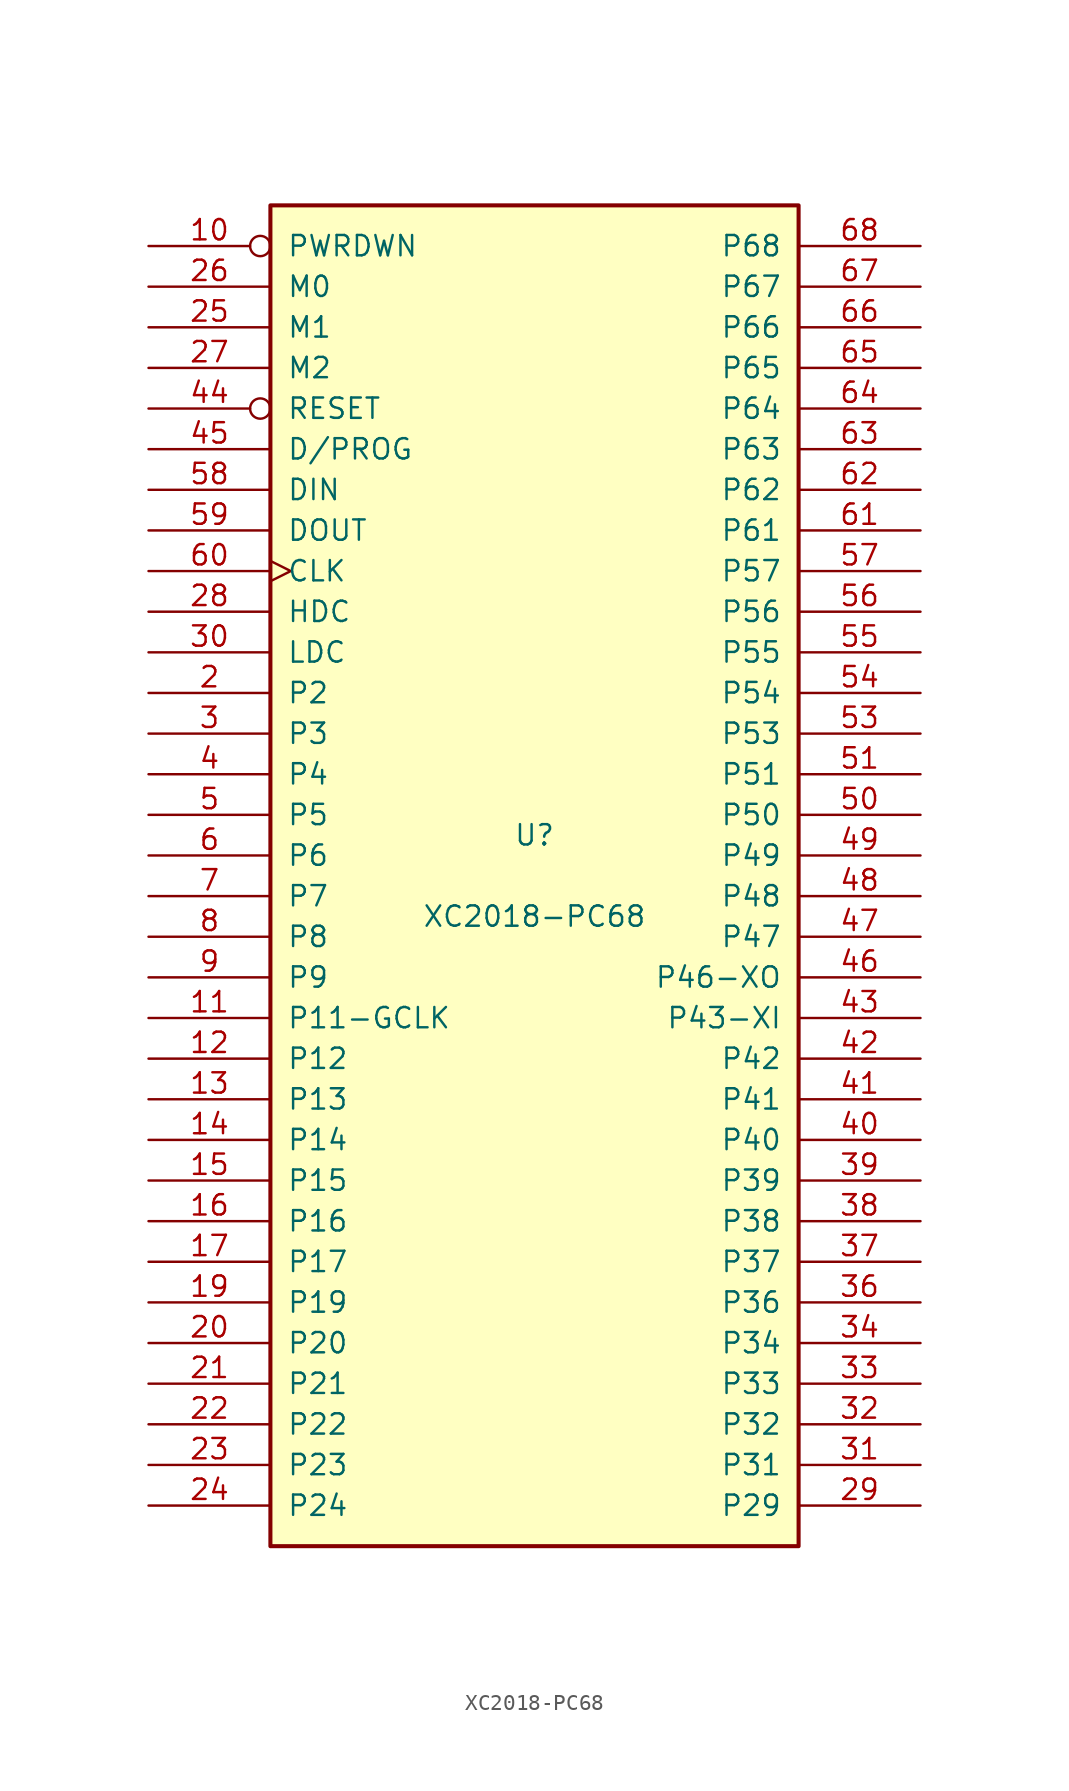
<source format=kicad_sym>
(kicad_symbol_lib
  (version 20201005)
  (generator kicad_symbol_editor)
  (symbol "XC2018-PC68"
    (pin_names
      (offset 1.016))
    (property "Reference" "U"
      (at 0 2.54 0)
      (effects (font (size 1.27 1.27))))
    (property "Value" "XC2018-PC68"
      (at 0 -2.54 0)
      (effects (font (size 1.27 1.27))))
    (symbol "XC2018-PC68_0_1"
      (rectangle (start -16.51 -41.91) (end 16.51 41.91) (stroke (width 0.254)) (fill (type background))))
    (symbol "XC2018-PC68_1_1"
      (pin power_in line (at -3.81 -41.91 90) (length 0) hide (name "GND" (effects (font (size 1.27 1.27)))) (number "1" (effects (font (size 1.27 1.27)))))
      (pin input inverted (at -24.13 39.37 0) (length 7.62) (name "PWRDWN" (effects (font (size 1.27 1.27)))) (number "10" (effects (font (size 1.27 1.27)))))
      (pin passive line (at -24.13 -8.89 0) (length 7.62) (name "P11-GCLK" (effects (font (size 1.27 1.27)))) (number "11" (effects (font (size 1.27 1.27)))))
      (pin passive line (at -24.13 -11.43 0) (length 7.62) (name "P12" (effects (font (size 1.27 1.27)))) (number "12" (effects (font (size 1.27 1.27)))))
      (pin passive line (at -24.13 -13.97 0) (length 7.62) (name "P13" (effects (font (size 1.27 1.27)))) (number "13" (effects (font (size 1.27 1.27)))))
      (pin passive line (at -24.13 -16.51 0) (length 7.62) (name "P14" (effects (font (size 1.27 1.27)))) (number "14" (effects (font (size 1.27 1.27)))))
      (pin passive line (at -24.13 -19.05 0) (length 7.62) (name "P15" (effects (font (size 1.27 1.27)))) (number "15" (effects (font (size 1.27 1.27)))))
      (pin passive line (at -24.13 -21.59 0) (length 7.62) (name "P16" (effects (font (size 1.27 1.27)))) (number "16" (effects (font (size 1.27 1.27)))))
      (pin passive line (at -24.13 -24.13 0) (length 7.62) (name "P17" (effects (font (size 1.27 1.27)))) (number "17" (effects (font (size 1.27 1.27)))))
      (pin power_in line (at 1.27 41.91 270) (length 0) hide (name "VCC" (effects (font (size 1.27 1.27)))) (number "18" (effects (font (size 1.27 1.27)))))
      (pin passive line (at -24.13 -26.67 0) (length 7.62) (name "P19" (effects (font (size 1.27 1.27)))) (number "19" (effects (font (size 1.27 1.27)))))
      (pin passive line (at -24.13 11.43 0) (length 7.62) (name "P2" (effects (font (size 1.27 1.27)))) (number "2" (effects (font (size 1.27 1.27)))))
      (pin passive line (at -24.13 -29.21 0) (length 7.62) (name "P20" (effects (font (size 1.27 1.27)))) (number "20" (effects (font (size 1.27 1.27)))))
      (pin passive line (at -24.13 -31.75 0) (length 7.62) (name "P21" (effects (font (size 1.27 1.27)))) (number "21" (effects (font (size 1.27 1.27)))))
      (pin passive line (at -24.13 -34.29 0) (length 7.62) (name "P22" (effects (font (size 1.27 1.27)))) (number "22" (effects (font (size 1.27 1.27)))))
      (pin passive line (at -24.13 -36.83 0) (length 7.62) (name "P23" (effects (font (size 1.27 1.27)))) (number "23" (effects (font (size 1.27 1.27)))))
      (pin passive line (at -24.13 -39.37 0) (length 7.62) (name "P24" (effects (font (size 1.27 1.27)))) (number "24" (effects (font (size 1.27 1.27)))))
      (pin input line (at -24.13 34.29 0) (length 7.62) (name "M1" (effects (font (size 1.27 1.27)))) (number "25" (effects (font (size 1.27 1.27)))))
      (pin input line (at -24.13 36.83 0) (length 7.62) (name "M0" (effects (font (size 1.27 1.27)))) (number "26" (effects (font (size 1.27 1.27)))))
      (pin bidirectional line (at -24.13 31.75 0) (length 7.62) (name "M2" (effects (font (size 1.27 1.27)))) (number "27" (effects (font (size 1.27 1.27)))))
      (pin output line (at -24.13 16.51 0) (length 7.62) (name "HDC" (effects (font (size 1.27 1.27)))) (number "28" (effects (font (size 1.27 1.27)))))
      (pin passive line (at 24.13 -39.37 180) (length 7.62) (name "P29" (effects (font (size 1.27 1.27)))) (number "29" (effects (font (size 1.27 1.27)))))
      (pin passive line (at -24.13 8.89 0) (length 7.62) (name "P3" (effects (font (size 1.27 1.27)))) (number "3" (effects (font (size 1.27 1.27)))))
      (pin output line (at -24.13 13.97 0) (length 7.62) (name "LDC" (effects (font (size 1.27 1.27)))) (number "30" (effects (font (size 1.27 1.27)))))
      (pin passive line (at 24.13 -36.83 180) (length 7.62) (name "P31" (effects (font (size 1.27 1.27)))) (number "31" (effects (font (size 1.27 1.27)))))
      (pin passive line (at 24.13 -34.29 180) (length 7.62) (name "P32" (effects (font (size 1.27 1.27)))) (number "32" (effects (font (size 1.27 1.27)))))
      (pin passive line (at 24.13 -31.75 180) (length 7.62) (name "P33" (effects (font (size 1.27 1.27)))) (number "33" (effects (font (size 1.27 1.27)))))
      (pin passive line (at 24.13 -29.21 180) (length 7.62) (name "P34" (effects (font (size 1.27 1.27)))) (number "34" (effects (font (size 1.27 1.27)))))
      (pin power_in line (at -1.27 -41.91 90) (length 0) hide (name "GND" (effects (font (size 1.27 1.27)))) (number "35" (effects (font (size 1.27 1.27)))))
      (pin passive line (at 24.13 -26.67 180) (length 7.62) (name "P36" (effects (font (size 1.27 1.27)))) (number "36" (effects (font (size 1.27 1.27)))))
      (pin passive line (at 24.13 -24.13 180) (length 7.62) (name "P37" (effects (font (size 1.27 1.27)))) (number "37" (effects (font (size 1.27 1.27)))))
      (pin passive line (at 24.13 -21.59 180) (length 7.62) (name "P38" (effects (font (size 1.27 1.27)))) (number "38" (effects (font (size 1.27 1.27)))))
      (pin passive line (at 24.13 -19.05 180) (length 7.62) (name "P39" (effects (font (size 1.27 1.27)))) (number "39" (effects (font (size 1.27 1.27)))))
      (pin passive line (at -24.13 6.35 0) (length 7.62) (name "P4" (effects (font (size 1.27 1.27)))) (number "4" (effects (font (size 1.27 1.27)))))
      (pin passive line (at 24.13 -16.51 180) (length 7.62) (name "P40" (effects (font (size 1.27 1.27)))) (number "40" (effects (font (size 1.27 1.27)))))
      (pin passive line (at 24.13 -13.97 180) (length 7.62) (name "P41" (effects (font (size 1.27 1.27)))) (number "41" (effects (font (size 1.27 1.27)))))
      (pin passive line (at 24.13 -11.43 180) (length 7.62) (name "P42" (effects (font (size 1.27 1.27)))) (number "42" (effects (font (size 1.27 1.27)))))
      (pin passive line (at 24.13 -8.89 180) (length 7.62) (name "P43-XI" (effects (font (size 1.27 1.27)))) (number "43" (effects (font (size 1.27 1.27)))))
      (pin input inverted (at -24.13 29.21 0) (length 7.62) (name "RESET" (effects (font (size 1.27 1.27)))) (number "44" (effects (font (size 1.27 1.27)))))
      (pin bidirectional line (at -24.13 26.67 0) (length 7.62) (name "D/PROG" (effects (font (size 1.27 1.27)))) (number "45" (effects (font (size 1.27 1.27)))))
      (pin passive line (at 24.13 -6.35 180) (length 7.62) (name "P46-XO" (effects (font (size 1.27 1.27)))) (number "46" (effects (font (size 1.27 1.27)))))
      (pin passive line (at 24.13 -3.81 180) (length 7.62) (name "P47" (effects (font (size 1.27 1.27)))) (number "47" (effects (font (size 1.27 1.27)))))
      (pin passive line (at 24.13 -1.27 180) (length 7.62) (name "P48" (effects (font (size 1.27 1.27)))) (number "48" (effects (font (size 1.27 1.27)))))
      (pin passive line (at 24.13 1.27 180) (length 7.62) (name "P49" (effects (font (size 1.27 1.27)))) (number "49" (effects (font (size 1.27 1.27)))))
      (pin passive line (at -24.13 3.81 0) (length 7.62) (name "P5" (effects (font (size 1.27 1.27)))) (number "5" (effects (font (size 1.27 1.27)))))
      (pin passive line (at 24.13 3.81 180) (length 7.62) (name "P50" (effects (font (size 1.27 1.27)))) (number "50" (effects (font (size 1.27 1.27)))))
      (pin passive line (at 24.13 6.35 180) (length 7.62) (name "P51" (effects (font (size 1.27 1.27)))) (number "51" (effects (font (size 1.27 1.27)))))
      (pin power_in line (at -1.27 41.91 270) (length 0) hide (name "VCC" (effects (font (size 1.27 1.27)))) (number "52" (effects (font (size 1.27 1.27)))))
      (pin passive line (at 24.13 8.89 180) (length 7.62) (name "P53" (effects (font (size 1.27 1.27)))) (number "53" (effects (font (size 1.27 1.27)))))
      (pin passive line (at 24.13 11.43 180) (length 7.62) (name "P54" (effects (font (size 1.27 1.27)))) (number "54" (effects (font (size 1.27 1.27)))))
      (pin passive line (at 24.13 13.97 180) (length 7.62) (name "P55" (effects (font (size 1.27 1.27)))) (number "55" (effects (font (size 1.27 1.27)))))
      (pin passive line (at 24.13 16.51 180) (length 7.62) (name "P56" (effects (font (size 1.27 1.27)))) (number "56" (effects (font (size 1.27 1.27)))))
      (pin passive line (at 24.13 19.05 180) (length 7.62) (name "P57" (effects (font (size 1.27 1.27)))) (number "57" (effects (font (size 1.27 1.27)))))
      (pin bidirectional line (at -24.13 24.13 0) (length 7.62) (name "DIN" (effects (font (size 1.27 1.27)))) (number "58" (effects (font (size 1.27 1.27)))))
      (pin bidirectional line (at -24.13 21.59 0) (length 7.62) (name "DOUT" (effects (font (size 1.27 1.27)))) (number "59" (effects (font (size 1.27 1.27)))))
      (pin passive line (at -24.13 1.27 0) (length 7.62) (name "P6" (effects (font (size 1.27 1.27)))) (number "6" (effects (font (size 1.27 1.27)))))
      (pin input clock (at -24.13 19.05 0) (length 7.62) (name "CLK" (effects (font (size 1.27 1.27)))) (number "60" (effects (font (size 1.27 1.27)))))
      (pin passive line (at 24.13 21.59 180) (length 7.62) (name "P61" (effects (font (size 1.27 1.27)))) (number "61" (effects (font (size 1.27 1.27)))))
      (pin passive line (at 24.13 24.13 180) (length 7.62) (name "P62" (effects (font (size 1.27 1.27)))) (number "62" (effects (font (size 1.27 1.27)))))
      (pin passive line (at 24.13 26.67 180) (length 7.62) (name "P63" (effects (font (size 1.27 1.27)))) (number "63" (effects (font (size 1.27 1.27)))))
      (pin passive line (at 24.13 29.21 180) (length 7.62) (name "P64" (effects (font (size 1.27 1.27)))) (number "64" (effects (font (size 1.27 1.27)))))
      (pin passive line (at 24.13 31.75 180) (length 7.62) (name "P65" (effects (font (size 1.27 1.27)))) (number "65" (effects (font (size 1.27 1.27)))))
      (pin passive line (at 24.13 34.29 180) (length 7.62) (name "P66" (effects (font (size 1.27 1.27)))) (number "66" (effects (font (size 1.27 1.27)))))
      (pin passive line (at 24.13 36.83 180) (length 7.62) (name "P67" (effects (font (size 1.27 1.27)))) (number "67" (effects (font (size 1.27 1.27)))))
      (pin passive line (at 24.13 39.37 180) (length 7.62) (name "P68" (effects (font (size 1.27 1.27)))) (number "68" (effects (font (size 1.27 1.27)))))
      (pin passive line (at -24.13 -1.27 0) (length 7.62) (name "P7" (effects (font (size 1.27 1.27)))) (number "7" (effects (font (size 1.27 1.27)))))
      (pin passive line (at -24.13 -3.81 0) (length 7.62) (name "P8" (effects (font (size 1.27 1.27)))) (number "8" (effects (font (size 1.27 1.27)))))
      (pin passive line (at -24.13 -6.35 0) (length 7.62) (name "P9" (effects (font (size 1.27 1.27)))) (number "9" (effects (font (size 1.27 1.27))))))))
</source>
